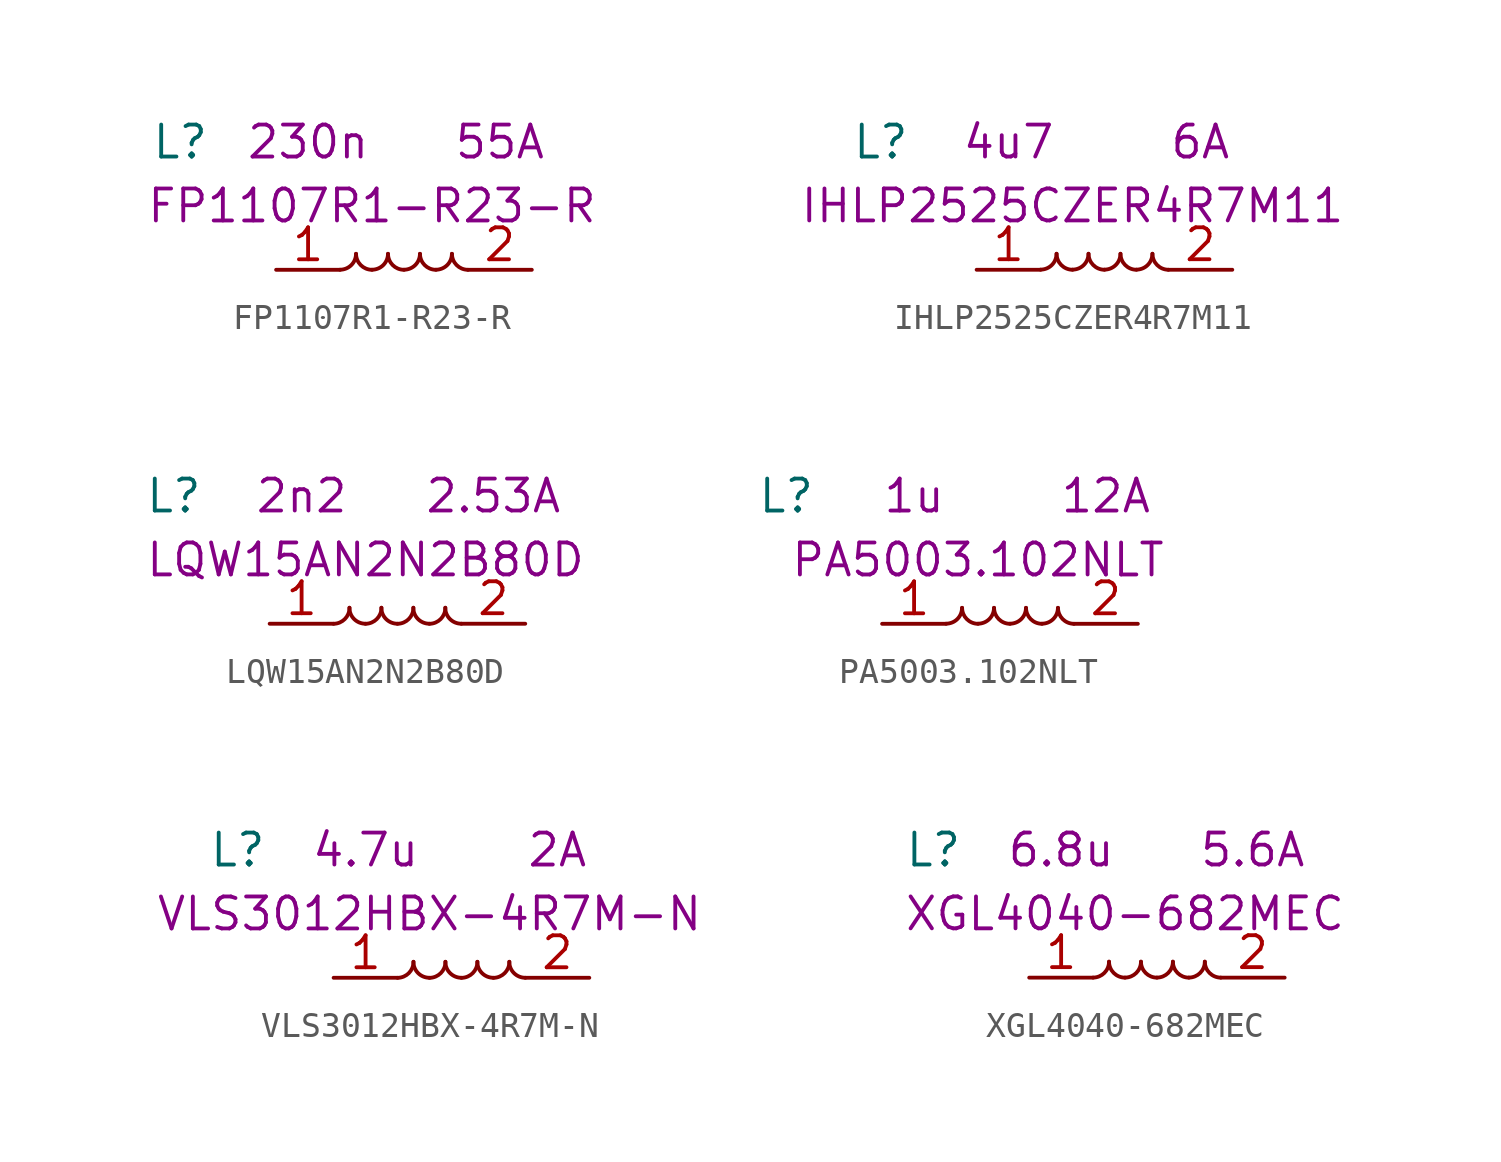
<source format=kicad_sym>
(kicad_symbol_lib
  (version 20211014)
  (generator kicad_symbol_editor)
  (symbol "FP1107R1-R23-R"
    (property "Reference" "L"
      (at -3.81 5.08 0)
      (effects (font (size 1.27 1.27))))
    (property "P/N" "FP1107R1-R23-R"
      (at 3.81 2.54 0)
      (effects (font (size 1.27 1.27))))
    (property "Inductance" "230n"
      (at 1.27 5.08 0)
      (effects (font (size 1.27 1.27))))
    (property "Current" "55A"
      (at 8.89 5.08 0)
      (effects (font (size 1.27 1.27))))
    (symbol "FP1107R1-R23-R_0_0"
      (pin passive line (at 0 0 0) (length 2.54) (name "" (effects (font (size 1.27 1.27)))) (number "1" (effects (font (size 1.27 1.27)))))
      (pin passive line (at 10.16 0 180) (length 2.54) (name "" (effects (font (size 1.27 1.27)))) (number "2" (effects (font (size 1.27 1.27))))))
    (symbol "FP1107R1-R23-R_0_1"
      (arc (start 2.54 0) (mid 3.624 -0.449) (end 3.175 0.635) (stroke (width 0) (type default) (color 0 0 0 0)) (fill (type none)))
      (arc (start 3.175 0.635) (mid 2.726 -0.449) (end 3.81 0) (stroke (width 0) (type default) (color 0 0 0 0)) (fill (type none)))
      (arc (start 3.81 0) (mid 4.894 -0.449) (end 4.445 0.635) (stroke (width 0) (type default) (color 0 0 0 0)) (fill (type none)))
      (arc (start 4.445 0.635) (mid 3.996 -0.449) (end 5.08 0) (stroke (width 0) (type default) (color 0 0 0 0)) (fill (type none)))
      (arc (start 5.08 0) (mid 6.164 -0.449) (end 5.715 0.635) (stroke (width 0) (type default) (color 0 0 0 0)) (fill (type none)))
      (arc (start 5.715 0.635) (mid 5.266 -0.449) (end 6.35 0) (stroke (width 0) (type default) (color 0 0 0 0)) (fill (type none)))
      (arc (start 6.35 0) (mid 7.434 -0.449) (end 6.985 0.635) (stroke (width 0) (type default) (color 0 0 0 0)) (fill (type none)))
      (arc (start 6.985 0.635) (mid 6.536 -0.449) (end 7.62 0) (stroke (width 0) (type default) (color 0 0 0 0)) (fill (type none)))))
  (symbol "IHLP2525CZER4R7M11"
    (property "Reference" "L"
      (at -3.81 5.08 0)
      (effects (font (size 1.27 1.27))))
    (property "P/N" "IHLP2525CZER4R7M11"
      (at 3.81 2.54 0)
      (effects (font (size 1.27 1.27))))
    (property "Inductance" "4u7"
      (at 1.27 5.08 0)
      (effects (font (size 1.27 1.27))))
    (property "Current" "6A"
      (at 8.89 5.08 0)
      (effects (font (size 1.27 1.27))))
    (symbol "IHLP2525CZER4R7M11_0_0"
      (pin passive line (at 0 0 0) (length 2.54) (name "" (effects (font (size 1.27 1.27)))) (number "1" (effects (font (size 1.27 1.27)))))
      (pin passive line (at 10.16 0 180) (length 2.54) (name "" (effects (font (size 1.27 1.27)))) (number "2" (effects (font (size 1.27 1.27))))))
    (symbol "IHLP2525CZER4R7M11_0_1"
      (arc (start 2.54 0) (mid 3.624 -0.449) (end 3.175 0.635) (stroke (width 0) (type default) (color 0 0 0 0)) (fill (type none)))
      (arc (start 3.175 0.635) (mid 2.726 -0.449) (end 3.81 0) (stroke (width 0) (type default) (color 0 0 0 0)) (fill (type none)))
      (arc (start 3.81 0) (mid 4.894 -0.449) (end 4.445 0.635) (stroke (width 0) (type default) (color 0 0 0 0)) (fill (type none)))
      (arc (start 4.445 0.635) (mid 3.996 -0.449) (end 5.08 0) (stroke (width 0) (type default) (color 0 0 0 0)) (fill (type none)))
      (arc (start 5.08 0) (mid 6.164 -0.449) (end 5.715 0.635) (stroke (width 0) (type default) (color 0 0 0 0)) (fill (type none)))
      (arc (start 5.715 0.635) (mid 5.266 -0.449) (end 6.35 0) (stroke (width 0) (type default) (color 0 0 0 0)) (fill (type none)))
      (arc (start 6.35 0) (mid 7.434 -0.449) (end 6.985 0.635) (stroke (width 0) (type default) (color 0 0 0 0)) (fill (type none)))
      (arc (start 6.985 0.635) (mid 6.536 -0.449) (end 7.62 0) (stroke (width 0) (type default) (color 0 0 0 0)) (fill (type none)))))
  (symbol "LQW15AN2N2B80D"
    (property "Reference" "L"
      (at -3.81 5.08 0)
      (effects (font (size 1.27 1.27))))
    (property "P/N" "LQW15AN2N2B80D"
      (at 3.81 2.54 0)
      (effects (font (size 1.27 1.27))))
    (property "Inductance" "2n2"
      (at 1.27 5.08 0)
      (effects (font (size 1.27 1.27))))
    (property "Current" "2.53A"
      (at 8.89 5.08 0)
      (effects (font (size 1.27 1.27))))
    (symbol "LQW15AN2N2B80D_0_0"
      (pin passive line (at 0 0 0) (length 2.54) (name "" (effects (font (size 1.27 1.27)))) (number "1" (effects (font (size 1.27 1.27)))))
      (pin passive line (at 10.16 0 180) (length 2.54) (name "" (effects (font (size 1.27 1.27)))) (number "2" (effects (font (size 1.27 1.27))))))
    (symbol "LQW15AN2N2B80D_0_1"
      (arc (start 2.54 0) (mid 3.624 -0.449) (end 3.175 0.635) (stroke (width 0) (type default) (color 0 0 0 0)) (fill (type none)))
      (arc (start 3.175 0.635) (mid 2.726 -0.449) (end 3.81 0) (stroke (width 0) (type default) (color 0 0 0 0)) (fill (type none)))
      (arc (start 3.81 0) (mid 4.894 -0.449) (end 4.445 0.635) (stroke (width 0) (type default) (color 0 0 0 0)) (fill (type none)))
      (arc (start 4.445 0.635) (mid 3.996 -0.449) (end 5.08 0) (stroke (width 0) (type default) (color 0 0 0 0)) (fill (type none)))
      (arc (start 5.08 0) (mid 6.164 -0.449) (end 5.715 0.635) (stroke (width 0) (type default) (color 0 0 0 0)) (fill (type none)))
      (arc (start 5.715 0.635) (mid 5.266 -0.449) (end 6.35 0) (stroke (width 0) (type default) (color 0 0 0 0)) (fill (type none)))
      (arc (start 6.35 0) (mid 7.434 -0.449) (end 6.985 0.635) (stroke (width 0) (type default) (color 0 0 0 0)) (fill (type none)))
      (arc (start 6.985 0.635) (mid 6.536 -0.449) (end 7.62 0) (stroke (width 0) (type default) (color 0 0 0 0)) (fill (type none)))))
  (symbol "PA5003.102NLT"
    (property "Reference" "L"
      (at -3.81 5.08 0)
      (effects (font (size 1.27 1.27))))
    (property "P/N" "PA5003.102NLT"
      (at 3.81 2.54 0)
      (effects (font (size 1.27 1.27))))
    (property "Inductance" "1u"
      (at 1.27 5.08 0)
      (effects (font (size 1.27 1.27))))
    (property "Current" "12A"
      (at 8.89 5.08 0)
      (effects (font (size 1.27 1.27))))
    (symbol "PA5003.102NLT_0_0"
      (pin passive line (at 0 0 0) (length 2.54) (name "" (effects (font (size 1.27 1.27)))) (number "1" (effects (font (size 1.27 1.27)))))
      (pin passive line (at 10.16 0 180) (length 2.54) (name "" (effects (font (size 1.27 1.27)))) (number "2" (effects (font (size 1.27 1.27))))))
    (symbol "PA5003.102NLT_0_1"
      (arc (start 2.54 0) (mid 3.624 -0.449) (end 3.175 0.635) (stroke (width 0) (type default) (color 0 0 0 0)) (fill (type none)))
      (arc (start 3.175 0.635) (mid 2.726 -0.449) (end 3.81 0) (stroke (width 0) (type default) (color 0 0 0 0)) (fill (type none)))
      (arc (start 3.81 0) (mid 4.894 -0.449) (end 4.445 0.635) (stroke (width 0) (type default) (color 0 0 0 0)) (fill (type none)))
      (arc (start 4.445 0.635) (mid 3.996 -0.449) (end 5.08 0) (stroke (width 0) (type default) (color 0 0 0 0)) (fill (type none)))
      (arc (start 5.08 0) (mid 6.164 -0.449) (end 5.715 0.635) (stroke (width 0) (type default) (color 0 0 0 0)) (fill (type none)))
      (arc (start 5.715 0.635) (mid 5.266 -0.449) (end 6.35 0) (stroke (width 0) (type default) (color 0 0 0 0)) (fill (type none)))
      (arc (start 6.35 0) (mid 7.434 -0.449) (end 6.985 0.635) (stroke (width 0) (type default) (color 0 0 0 0)) (fill (type none)))
      (arc (start 6.985 0.635) (mid 6.536 -0.449) (end 7.62 0) (stroke (width 0) (type default) (color 0 0 0 0)) (fill (type none)))))
  (symbol "VLS3012HBX-4R7M-N"
    (property "Reference" "L"
      (at -3.81 5.08 0)
      (effects (font (size 1.27 1.27))))
    (property "P/N" "VLS3012HBX-4R7M-N"
      (at 3.81 2.54 0)
      (effects (font (size 1.27 1.27))))
    (property "Inductance" "4.7u"
      (at 1.27 5.08 0)
      (effects (font (size 1.27 1.27))))
    (property "Current" "2A"
      (at 8.89 5.08 0)
      (effects (font (size 1.27 1.27))))
    (symbol "VLS3012HBX-4R7M-N_0_0"
      (pin passive line (at 0 0 0) (length 2.54) (name "" (effects (font (size 1.27 1.27)))) (number "1" (effects (font (size 1.27 1.27)))))
      (pin passive line (at 10.16 0 180) (length 2.54) (name "" (effects (font (size 1.27 1.27)))) (number "2" (effects (font (size 1.27 1.27))))))
    (symbol "VLS3012HBX-4R7M-N_0_1"
      (arc (start 2.54 0) (mid 3.624 -0.449) (end 3.175 0.635) (stroke (width 0) (type default) (color 0 0 0 0)) (fill (type none)))
      (arc (start 3.175 0.635) (mid 2.726 -0.449) (end 3.81 0) (stroke (width 0) (type default) (color 0 0 0 0)) (fill (type none)))
      (arc (start 3.81 0) (mid 4.894 -0.449) (end 4.445 0.635) (stroke (width 0) (type default) (color 0 0 0 0)) (fill (type none)))
      (arc (start 4.445 0.635) (mid 3.996 -0.449) (end 5.08 0) (stroke (width 0) (type default) (color 0 0 0 0)) (fill (type none)))
      (arc (start 5.08 0) (mid 6.164 -0.449) (end 5.715 0.635) (stroke (width 0) (type default) (color 0 0 0 0)) (fill (type none)))
      (arc (start 5.715 0.635) (mid 5.266 -0.449) (end 6.35 0) (stroke (width 0) (type default) (color 0 0 0 0)) (fill (type none)))
      (arc (start 6.35 0) (mid 7.434 -0.449) (end 6.985 0.635) (stroke (width 0) (type default) (color 0 0 0 0)) (fill (type none)))
      (arc (start 6.985 0.635) (mid 6.536 -0.449) (end 7.62 0) (stroke (width 0) (type default) (color 0 0 0 0)) (fill (type none)))))
  (symbol "XGL4040-682MEC"
    (property "Reference" "L"
      (at -3.81 5.08 0)
      (effects (font (size 1.27 1.27))))
    (property "P/N" "XGL4040-682MEC"
      (at 3.81 2.54 0)
      (effects (font (size 1.27 1.27))))
    (property "Inductance" "6.8u"
      (at 1.27 5.08 0)
      (effects (font (size 1.27 1.27))))
    (property "Current" "5.6A"
      (at 8.89 5.08 0)
      (effects (font (size 1.27 1.27))))
    (symbol "XGL4040-682MEC_0_0"
      (pin passive line (at 0 0 0) (length 2.54) (name "" (effects (font (size 1.27 1.27)))) (number "1" (effects (font (size 1.27 1.27)))))
      (pin passive line (at 10.16 0 180) (length 2.54) (name "" (effects (font (size 1.27 1.27)))) (number "2" (effects (font (size 1.27 1.27))))))
    (symbol "XGL4040-682MEC_0_1"
      (arc (start 2.54 0) (mid 3.624 -0.449) (end 3.175 0.635) (stroke (width 0) (type default) (color 0 0 0 0)) (fill (type none)))
      (arc (start 3.175 0.635) (mid 2.726 -0.449) (end 3.81 0) (stroke (width 0) (type default) (color 0 0 0 0)) (fill (type none)))
      (arc (start 3.81 0) (mid 4.894 -0.449) (end 4.445 0.635) (stroke (width 0) (type default) (color 0 0 0 0)) (fill (type none)))
      (arc (start 4.445 0.635) (mid 3.996 -0.449) (end 5.08 0) (stroke (width 0) (type default) (color 0 0 0 0)) (fill (type none)))
      (arc (start 5.08 0) (mid 6.164 -0.449) (end 5.715 0.635) (stroke (width 0) (type default) (color 0 0 0 0)) (fill (type none)))
      (arc (start 5.715 0.635) (mid 5.266 -0.449) (end 6.35 0) (stroke (width 0) (type default) (color 0 0 0 0)) (fill (type none)))
      (arc (start 6.35 0) (mid 7.434 -0.449) (end 6.985 0.635) (stroke (width 0) (type default) (color 0 0 0 0)) (fill (type none)))
      (arc (start 6.985 0.635) (mid 6.536 -0.449) (end 7.62 0) (stroke (width 0) (type default) (color 0 0 0 0)) (fill (type none))))))
</source>
